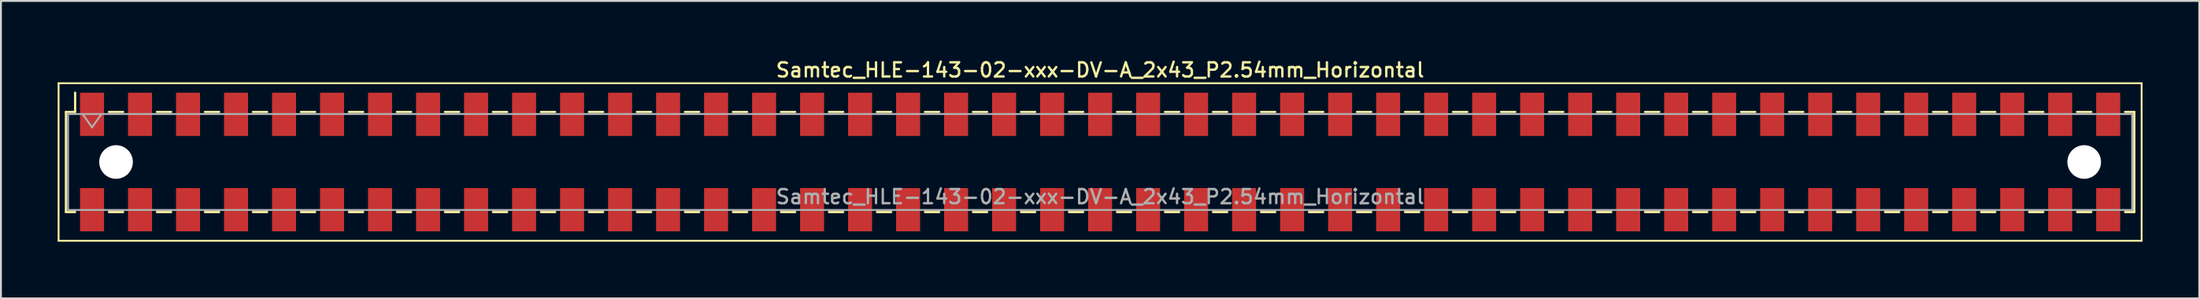
<source format=kicad_pcb>
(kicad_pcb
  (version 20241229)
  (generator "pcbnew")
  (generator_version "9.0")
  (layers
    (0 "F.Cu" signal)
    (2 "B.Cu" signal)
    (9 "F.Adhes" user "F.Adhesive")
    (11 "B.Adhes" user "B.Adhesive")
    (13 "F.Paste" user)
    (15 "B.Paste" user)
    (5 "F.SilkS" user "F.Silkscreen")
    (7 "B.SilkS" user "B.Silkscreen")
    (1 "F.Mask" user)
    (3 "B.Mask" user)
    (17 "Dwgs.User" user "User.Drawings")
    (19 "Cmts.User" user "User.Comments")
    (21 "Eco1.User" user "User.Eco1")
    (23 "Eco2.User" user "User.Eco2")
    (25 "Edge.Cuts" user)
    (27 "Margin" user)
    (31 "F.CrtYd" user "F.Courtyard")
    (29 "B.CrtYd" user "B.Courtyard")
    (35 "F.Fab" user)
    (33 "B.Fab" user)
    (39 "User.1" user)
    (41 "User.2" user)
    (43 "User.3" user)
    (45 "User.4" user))
  (footprint "Samtec_HLE-143-02-xxx-DV-A_2x43_P2.54mm_Horizontal"
    (layer "F.Cu")
    (at 55.16 5.528)
    (property "Reference" "Samtec_HLE-143-02-xxx-DV-A_2x43_P2.54mm_Horizontal" (at 0 -4.87 0) (layer "F.SilkS") (effects (font (size 0.75 0.75) (thickness 0.125))))
    (attr smd)
    (fp_line (start -55.11 -4.17) (end 55.11 -4.17) (stroke (width 0.1) (type solid)) (layer "F.SilkS"))
    (fp_line (start -55.11 4.17) (end -55.11 -4.17) (stroke (width 0.1) (type solid)) (layer "F.SilkS"))
    (fp_line (start -54.72 -2.65) (end -54.72 2.65) (stroke (width 0.12) (type solid)) (layer "F.SilkS"))
    (fp_line (start -54.72 2.65) (end -54.235 2.65) (stroke (width 0.12) (type solid)) (layer "F.SilkS"))
    (fp_line (start -54.235 -3.67) (end -54.235 -2.65) (stroke (width 0.12) (type solid)) (layer "F.SilkS"))
    (fp_line (start -54.235 -2.65) (end -54.72 -2.65) (stroke (width 0.12) (type solid)) (layer "F.SilkS"))
    (fp_line (start -52.445 -2.65) (end -51.695 -2.65) (stroke (width 0.12) (type solid)) (layer "F.SilkS"))
    (fp_line (start -52.445 2.65) (end -51.695 2.65) (stroke (width 0.12) (type solid)) (layer "F.SilkS"))
    (fp_line (start -49.905 -2.65) (end -49.155 -2.65) (stroke (width 0.12) (type solid)) (layer "F.SilkS"))
    (fp_line (start -49.905 2.65) (end -49.155 2.65) (stroke (width 0.12) (type solid)) (layer "F.SilkS"))
    (fp_line (start -47.365 -2.65) (end -46.615 -2.65) (stroke (width 0.12) (type solid)) (layer "F.SilkS"))
    (fp_line (start -47.365 2.65) (end -46.615 2.65) (stroke (width 0.12) (type solid)) (layer "F.SilkS"))
    (fp_line (start -44.825 -2.65) (end -44.075 -2.65) (stroke (width 0.12) (type solid)) (layer "F.SilkS"))
    (fp_line (start -44.825 2.65) (end -44.075 2.65) (stroke (width 0.12) (type solid)) (layer "F.SilkS"))
    (fp_line (start -42.285 -2.65) (end -41.535 -2.65) (stroke (width 0.12) (type solid)) (layer "F.SilkS"))
    (fp_line (start -42.285 2.65) (end -41.535 2.65) (stroke (width 0.12) (type solid)) (layer "F.SilkS"))
    (fp_line (start -39.745 -2.65) (end -38.995 -2.65) (stroke (width 0.12) (type solid)) (layer "F.SilkS"))
    (fp_line (start -39.745 2.65) (end -38.995 2.65) (stroke (width 0.12) (type solid)) (layer "F.SilkS"))
    (fp_line (start -37.205 -2.65) (end -36.455 -2.65) (stroke (width 0.12) (type solid)) (layer "F.SilkS"))
    (fp_line (start -37.205 2.65) (end -36.455 2.65) (stroke (width 0.12) (type solid)) (layer "F.SilkS"))
    (fp_line (start -34.665 -2.65) (end -33.915 -2.65) (stroke (width 0.12) (type solid)) (layer "F.SilkS"))
    (fp_line (start -34.665 2.65) (end -33.915 2.65) (stroke (width 0.12) (type solid)) (layer "F.SilkS"))
    (fp_line (start -32.125 -2.65) (end -31.375 -2.65) (stroke (width 0.12) (type solid)) (layer "F.SilkS"))
    (fp_line (start -32.125 2.65) (end -31.375 2.65) (stroke (width 0.12) (type solid)) (layer "F.SilkS"))
    (fp_line (start -29.585 -2.65) (end -28.835 -2.65) (stroke (width 0.12) (type solid)) (layer "F.SilkS"))
    (fp_line (start -29.585 2.65) (end -28.835 2.65) (stroke (width 0.12) (type solid)) (layer "F.SilkS"))
    (fp_line (start -27.045 -2.65) (end -26.295 -2.65) (stroke (width 0.12) (type solid)) (layer "F.SilkS"))
    (fp_line (start -27.045 2.65) (end -26.295 2.65) (stroke (width 0.12) (type solid)) (layer "F.SilkS"))
    (fp_line (start -24.505 -2.65) (end -23.755 -2.65) (stroke (width 0.12) (type solid)) (layer "F.SilkS"))
    (fp_line (start -24.505 2.65) (end -23.755 2.65) (stroke (width 0.12) (type solid)) (layer "F.SilkS"))
    (fp_line (start -21.965 -2.65) (end -21.215 -2.65) (stroke (width 0.12) (type solid)) (layer "F.SilkS"))
    (fp_line (start -21.965 2.65) (end -21.215 2.65) (stroke (width 0.12) (type solid)) (layer "F.SilkS"))
    (fp_line (start -19.425 -2.65) (end -18.675 -2.65) (stroke (width 0.12) (type solid)) (layer "F.SilkS"))
    (fp_line (start -19.425 2.65) (end -18.675 2.65) (stroke (width 0.12) (type solid)) (layer "F.SilkS"))
    (fp_line (start -16.885 -2.65) (end -16.135 -2.65) (stroke (width 0.12) (type solid)) (layer "F.SilkS"))
    (fp_line (start -16.885 2.65) (end -16.135 2.65) (stroke (width 0.12) (type solid)) (layer "F.SilkS"))
    (fp_line (start -14.345 -2.65) (end -13.595 -2.65) (stroke (width 0.12) (type solid)) (layer "F.SilkS"))
    (fp_line (start -14.345 2.65) (end -13.595 2.65) (stroke (width 0.12) (type solid)) (layer "F.SilkS"))
    (fp_line (start -11.805 -2.65) (end -11.055 -2.65) (stroke (width 0.12) (type solid)) (layer "F.SilkS"))
    (fp_line (start -11.805 2.65) (end -11.055 2.65) (stroke (width 0.12) (type solid)) (layer "F.SilkS"))
    (fp_line (start -9.265 -2.65) (end -8.515 -2.65) (stroke (width 0.12) (type solid)) (layer "F.SilkS"))
    (fp_line (start -9.265 2.65) (end -8.515 2.65) (stroke (width 0.12) (type solid)) (layer "F.SilkS"))
    (fp_line (start -6.725 -2.65) (end -5.975 -2.65) (stroke (width 0.12) (type solid)) (layer "F.SilkS"))
    (fp_line (start -6.725 2.65) (end -5.975 2.65) (stroke (width 0.12) (type solid)) (layer "F.SilkS"))
    (fp_line (start -4.185 -2.65) (end -3.435 -2.65) (stroke (width 0.12) (type solid)) (layer "F.SilkS"))
    (fp_line (start -4.185 2.65) (end -3.435 2.65) (stroke (width 0.12) (type solid)) (layer "F.SilkS"))
    (fp_line (start -1.645 -2.65) (end -0.895 -2.65) (stroke (width 0.12) (type solid)) (layer "F.SilkS"))
    (fp_line (start -1.645 2.65) (end -0.895 2.65) (stroke (width 0.12) (type solid)) (layer "F.SilkS"))
    (fp_line (start 0.895 -2.65) (end 1.645 -2.65) (stroke (width 0.12) (type solid)) (layer "F.SilkS"))
    (fp_line (start 0.895 2.65) (end 1.645 2.65) (stroke (width 0.12) (type solid)) (layer "F.SilkS"))
    (fp_line (start 3.435 -2.65) (end 4.185 -2.65) (stroke (width 0.12) (type solid)) (layer "F.SilkS"))
    (fp_line (start 3.435 2.65) (end 4.185 2.65) (stroke (width 0.12) (type solid)) (layer "F.SilkS"))
    (fp_line (start 5.975 -2.65) (end 6.725 -2.65) (stroke (width 0.12) (type solid)) (layer "F.SilkS"))
    (fp_line (start 5.975 2.65) (end 6.725 2.65) (stroke (width 0.12) (type solid)) (layer "F.SilkS"))
    (fp_line (start 8.515 -2.65) (end 9.265 -2.65) (stroke (width 0.12) (type solid)) (layer "F.SilkS"))
    (fp_line (start 8.515 2.65) (end 9.265 2.65) (stroke (width 0.12) (type solid)) (layer "F.SilkS"))
    (fp_line (start 11.055 -2.65) (end 11.805 -2.65) (stroke (width 0.12) (type solid)) (layer "F.SilkS"))
    (fp_line (start 11.055 2.65) (end 11.805 2.65) (stroke (width 0.12) (type solid)) (layer "F.SilkS"))
    (fp_line (start 13.595 -2.65) (end 14.345 -2.65) (stroke (width 0.12) (type solid)) (layer "F.SilkS"))
    (fp_line (start 13.595 2.65) (end 14.345 2.65) (stroke (width 0.12) (type solid)) (layer "F.SilkS"))
    (fp_line (start 16.135 -2.65) (end 16.885 -2.65) (stroke (width 0.12) (type solid)) (layer "F.SilkS"))
    (fp_line (start 16.135 2.65) (end 16.885 2.65) (stroke (width 0.12) (type solid)) (layer "F.SilkS"))
    (fp_line (start 18.675 -2.65) (end 19.425 -2.65) (stroke (width 0.12) (type solid)) (layer "F.SilkS"))
    (fp_line (start 18.675 2.65) (end 19.425 2.65) (stroke (width 0.12) (type solid)) (layer "F.SilkS"))
    (fp_line (start 21.215 -2.65) (end 21.965 -2.65) (stroke (width 0.12) (type solid)) (layer "F.SilkS"))
    (fp_line (start 21.215 2.65) (end 21.965 2.65) (stroke (width 0.12) (type solid)) (layer "F.SilkS"))
    (fp_line (start 23.755 -2.65) (end 24.505 -2.65) (stroke (width 0.12) (type solid)) (layer "F.SilkS"))
    (fp_line (start 23.755 2.65) (end 24.505 2.65) (stroke (width 0.12) (type solid)) (layer "F.SilkS"))
    (fp_line (start 26.295 -2.65) (end 27.045 -2.65) (stroke (width 0.12) (type solid)) (layer "F.SilkS"))
    (fp_line (start 26.295 2.65) (end 27.045 2.65) (stroke (width 0.12) (type solid)) (layer "F.SilkS"))
    (fp_line (start 28.835 -2.65) (end 29.585 -2.65) (stroke (width 0.12) (type solid)) (layer "F.SilkS"))
    (fp_line (start 28.835 2.65) (end 29.585 2.65) (stroke (width 0.12) (type solid)) (layer "F.SilkS"))
    (fp_line (start 31.375 -2.65) (end 32.125 -2.65) (stroke (width 0.12) (type solid)) (layer "F.SilkS"))
    (fp_line (start 31.375 2.65) (end 32.125 2.65) (stroke (width 0.12) (type solid)) (layer "F.SilkS"))
    (fp_line (start 33.915 -2.65) (end 34.665 -2.65) (stroke (width 0.12) (type solid)) (layer "F.SilkS"))
    (fp_line (start 33.915 2.65) (end 34.665 2.65) (stroke (width 0.12) (type solid)) (layer "F.SilkS"))
    (fp_line (start 36.455 -2.65) (end 37.205 -2.65) (stroke (width 0.12) (type solid)) (layer "F.SilkS"))
    (fp_line (start 36.455 2.65) (end 37.205 2.65) (stroke (width 0.12) (type solid)) (layer "F.SilkS"))
    (fp_line (start 38.995 -2.65) (end 39.745 -2.65) (stroke (width 0.12) (type solid)) (layer "F.SilkS"))
    (fp_line (start 38.995 2.65) (end 39.745 2.65) (stroke (width 0.12) (type solid)) (layer "F.SilkS"))
    (fp_line (start 41.535 -2.65) (end 42.285 -2.65) (stroke (width 0.12) (type solid)) (layer "F.SilkS"))
    (fp_line (start 41.535 2.65) (end 42.285 2.65) (stroke (width 0.12) (type solid)) (layer "F.SilkS"))
    (fp_line (start 44.075 -2.65) (end 44.825 -2.65) (stroke (width 0.12) (type solid)) (layer "F.SilkS"))
    (fp_line (start 44.075 2.65) (end 44.825 2.65) (stroke (width 0.12) (type solid)) (layer "F.SilkS"))
    (fp_line (start 46.615 -2.65) (end 47.365 -2.65) (stroke (width 0.12) (type solid)) (layer "F.SilkS"))
    (fp_line (start 46.615 2.65) (end 47.365 2.65) (stroke (width 0.12) (type solid)) (layer "F.SilkS"))
    (fp_line (start 49.155 -2.65) (end 49.905 -2.65) (stroke (width 0.12) (type solid)) (layer "F.SilkS"))
    (fp_line (start 49.155 2.65) (end 49.905 2.65) (stroke (width 0.12) (type solid)) (layer "F.SilkS"))
    (fp_line (start 51.695 -2.65) (end 52.445 -2.65) (stroke (width 0.12) (type solid)) (layer "F.SilkS"))
    (fp_line (start 51.695 2.65) (end 52.445 2.65) (stroke (width 0.12) (type solid)) (layer "F.SilkS"))
    (fp_line (start 54.235 -2.65) (end 54.72 -2.65) (stroke (width 0.12) (type solid)) (layer "F.SilkS"))
    (fp_line (start 54.72 -2.65) (end 54.72 2.65) (stroke (width 0.12) (type solid)) (layer "F.SilkS"))
    (fp_line (start 54.72 2.65) (end 54.235 2.65) (stroke (width 0.12) (type solid)) (layer "F.SilkS"))
    (fp_line (start 55.11 -4.17) (end 55.11 4.17) (stroke (width 0.1) (type solid)) (layer "F.SilkS"))
    (fp_line (start 55.11 4.17) (end -55.11 4.17) (stroke (width 0.1) (type solid)) (layer "F.SilkS"))
    (fp_line (start -54.61 -2.54) (end 54.61 -2.54) (stroke (width 0.1) (type solid)) (layer "F.Fab"))
    (fp_line (start -54.61 2.54) (end -54.61 -2.54) (stroke (width 0.1) (type solid)) (layer "F.Fab"))
    (fp_line (start -53.84 -2.54) (end -53.34 -1.833) (stroke (width 0.1) (type solid)) (layer "F.Fab"))
    (fp_line (start -53.34 -1.833) (end -52.84 -2.54) (stroke (width 0.1) (type solid)) (layer "F.Fab"))
    (fp_line (start 54.61 -2.54) (end 54.61 2.54) (stroke (width 0.1) (type solid)) (layer "F.Fab"))
    (fp_line (start 54.61 2.54) (end -54.61 2.54) (stroke (width 0.1) (type solid)) (layer "F.Fab"))
    (fp_text user "${REFERENCE}" (at 0 1.84 0) (layer "F.Fab") (effects (font (size 0.75 0.75) (thickness 0.125))))
    (pad "" np_thru_hole circle (at -52.07 0) (size 1.78 1.78) (drill 1.78) (layers "*.Cu" "*.Mask"))
    (pad "" np_thru_hole circle (at 52.07 0) (size 1.78 1.78) (drill 1.78) (layers "*.Cu" "*.Mask"))
    (pad "1" smd rect (at -53.34 -2.525) (size 1.27 2.29) (layers "F.Cu" "F.Mask" "F.Paste"))
    (pad "2" smd rect (at -53.34 2.525) (size 1.27 2.29) (layers "F.Cu" "F.Mask" "F.Paste"))
    (pad "3" smd rect (at -50.8 -2.525) (size 1.27 2.29) (layers "F.Cu" "F.Mask" "F.Paste"))
    (pad "4" smd rect (at -50.8 2.525) (size 1.27 2.29) (layers "F.Cu" "F.Mask" "F.Paste"))
    (pad "5" smd rect (at -48.26 -2.525) (size 1.27 2.29) (layers "F.Cu" "F.Mask" "F.Paste"))
    (pad "6" smd rect (at -48.26 2.525) (size 1.27 2.29) (layers "F.Cu" "F.Mask" "F.Paste"))
    (pad "7" smd rect (at -45.72 -2.525) (size 1.27 2.29) (layers "F.Cu" "F.Mask" "F.Paste"))
    (pad "8" smd rect (at -45.72 2.525) (size 1.27 2.29) (layers "F.Cu" "F.Mask" "F.Paste"))
    (pad "9" smd rect (at -43.18 -2.525) (size 1.27 2.29) (layers "F.Cu" "F.Mask" "F.Paste"))
    (pad "10" smd rect (at -43.18 2.525) (size 1.27 2.29) (layers "F.Cu" "F.Mask" "F.Paste"))
    (pad "11" smd rect (at -40.64 -2.525) (size 1.27 2.29) (layers "F.Cu" "F.Mask" "F.Paste"))
    (pad "12" smd rect (at -40.64 2.525) (size 1.27 2.29) (layers "F.Cu" "F.Mask" "F.Paste"))
    (pad "13" smd rect (at -38.1 -2.525) (size 1.27 2.29) (layers "F.Cu" "F.Mask" "F.Paste"))
    (pad "14" smd rect (at -38.1 2.525) (size 1.27 2.29) (layers "F.Cu" "F.Mask" "F.Paste"))
    (pad "15" smd rect (at -35.56 -2.525) (size 1.27 2.29) (layers "F.Cu" "F.Mask" "F.Paste"))
    (pad "16" smd rect (at -35.56 2.525) (size 1.27 2.29) (layers "F.Cu" "F.Mask" "F.Paste"))
    (pad "17" smd rect (at -33.02 -2.525) (size 1.27 2.29) (layers "F.Cu" "F.Mask" "F.Paste"))
    (pad "18" smd rect (at -33.02 2.525) (size 1.27 2.29) (layers "F.Cu" "F.Mask" "F.Paste"))
    (pad "19" smd rect (at -30.48 -2.525) (size 1.27 2.29) (layers "F.Cu" "F.Mask" "F.Paste"))
    (pad "20" smd rect (at -30.48 2.525) (size 1.27 2.29) (layers "F.Cu" "F.Mask" "F.Paste"))
    (pad "21" smd rect (at -27.94 -2.525) (size 1.27 2.29) (layers "F.Cu" "F.Mask" "F.Paste"))
    (pad "22" smd rect (at -27.94 2.525) (size 1.27 2.29) (layers "F.Cu" "F.Mask" "F.Paste"))
    (pad "23" smd rect (at -25.4 -2.525) (size 1.27 2.29) (layers "F.Cu" "F.Mask" "F.Paste"))
    (pad "24" smd rect (at -25.4 2.525) (size 1.27 2.29) (layers "F.Cu" "F.Mask" "F.Paste"))
    (pad "25" smd rect (at -22.86 -2.525) (size 1.27 2.29) (layers "F.Cu" "F.Mask" "F.Paste"))
    (pad "26" smd rect (at -22.86 2.525) (size 1.27 2.29) (layers "F.Cu" "F.Mask" "F.Paste"))
    (pad "27" smd rect (at -20.32 -2.525) (size 1.27 2.29) (layers "F.Cu" "F.Mask" "F.Paste"))
    (pad "28" smd rect (at -20.32 2.525) (size 1.27 2.29) (layers "F.Cu" "F.Mask" "F.Paste"))
    (pad "29" smd rect (at -17.78 -2.525) (size 1.27 2.29) (layers "F.Cu" "F.Mask" "F.Paste"))
    (pad "30" smd rect (at -17.78 2.525) (size 1.27 2.29) (layers "F.Cu" "F.Mask" "F.Paste"))
    (pad "31" smd rect (at -15.24 -2.525) (size 1.27 2.29) (layers "F.Cu" "F.Mask" "F.Paste"))
    (pad "32" smd rect (at -15.24 2.525) (size 1.27 2.29) (layers "F.Cu" "F.Mask" "F.Paste"))
    (pad "33" smd rect (at -12.7 -2.525) (size 1.27 2.29) (layers "F.Cu" "F.Mask" "F.Paste"))
    (pad "34" smd rect (at -12.7 2.525) (size 1.27 2.29) (layers "F.Cu" "F.Mask" "F.Paste"))
    (pad "35" smd rect (at -10.16 -2.525) (size 1.27 2.29) (layers "F.Cu" "F.Mask" "F.Paste"))
    (pad "36" smd rect (at -10.16 2.525) (size 1.27 2.29) (layers "F.Cu" "F.Mask" "F.Paste"))
    (pad "37" smd rect (at -7.62 -2.525) (size 1.27 2.29) (layers "F.Cu" "F.Mask" "F.Paste"))
    (pad "38" smd rect (at -7.62 2.525) (size 1.27 2.29) (layers "F.Cu" "F.Mask" "F.Paste"))
    (pad "39" smd rect (at -5.08 -2.525) (size 1.27 2.29) (layers "F.Cu" "F.Mask" "F.Paste"))
    (pad "40" smd rect (at -5.08 2.525) (size 1.27 2.29) (layers "F.Cu" "F.Mask" "F.Paste"))
    (pad "41" smd rect (at -2.54 -2.525) (size 1.27 2.29) (layers "F.Cu" "F.Mask" "F.Paste"))
    (pad "42" smd rect (at -2.54 2.525) (size 1.27 2.29) (layers "F.Cu" "F.Mask" "F.Paste"))
    (pad "43" smd rect (at 0 -2.525) (size 1.27 2.29) (layers "F.Cu" "F.Mask" "F.Paste"))
    (pad "44" smd rect (at 0 2.525) (size 1.27 2.29) (layers "F.Cu" "F.Mask" "F.Paste"))
    (pad "45" smd rect (at 2.54 -2.525) (size 1.27 2.29) (layers "F.Cu" "F.Mask" "F.Paste"))
    (pad "46" smd rect (at 2.54 2.525) (size 1.27 2.29) (layers "F.Cu" "F.Mask" "F.Paste"))
    (pad "47" smd rect (at 5.08 -2.525) (size 1.27 2.29) (layers "F.Cu" "F.Mask" "F.Paste"))
    (pad "48" smd rect (at 5.08 2.525) (size 1.27 2.29) (layers "F.Cu" "F.Mask" "F.Paste"))
    (pad "49" smd rect (at 7.62 -2.525) (size 1.27 2.29) (layers "F.Cu" "F.Mask" "F.Paste"))
    (pad "50" smd rect (at 7.62 2.525) (size 1.27 2.29) (layers "F.Cu" "F.Mask" "F.Paste"))
    (pad "51" smd rect (at 10.16 -2.525) (size 1.27 2.29) (layers "F.Cu" "F.Mask" "F.Paste"))
    (pad "52" smd rect (at 10.16 2.525) (size 1.27 2.29) (layers "F.Cu" "F.Mask" "F.Paste"))
    (pad "53" smd rect (at 12.7 -2.525) (size 1.27 2.29) (layers "F.Cu" "F.Mask" "F.Paste"))
    (pad "54" smd rect (at 12.7 2.525) (size 1.27 2.29) (layers "F.Cu" "F.Mask" "F.Paste"))
    (pad "55" smd rect (at 15.24 -2.525) (size 1.27 2.29) (layers "F.Cu" "F.Mask" "F.Paste"))
    (pad "56" smd rect (at 15.24 2.525) (size 1.27 2.29) (layers "F.Cu" "F.Mask" "F.Paste"))
    (pad "57" smd rect (at 17.78 -2.525) (size 1.27 2.29) (layers "F.Cu" "F.Mask" "F.Paste"))
    (pad "58" smd rect (at 17.78 2.525) (size 1.27 2.29) (layers "F.Cu" "F.Mask" "F.Paste"))
    (pad "59" smd rect (at 20.32 -2.525) (size 1.27 2.29) (layers "F.Cu" "F.Mask" "F.Paste"))
    (pad "60" smd rect (at 20.32 2.525) (size 1.27 2.29) (layers "F.Cu" "F.Mask" "F.Paste"))
    (pad "61" smd rect (at 22.86 -2.525) (size 1.27 2.29) (layers "F.Cu" "F.Mask" "F.Paste"))
    (pad "62" smd rect (at 22.86 2.525) (size 1.27 2.29) (layers "F.Cu" "F.Mask" "F.Paste"))
    (pad "63" smd rect (at 25.4 -2.525) (size 1.27 2.29) (layers "F.Cu" "F.Mask" "F.Paste"))
    (pad "64" smd rect (at 25.4 2.525) (size 1.27 2.29) (layers "F.Cu" "F.Mask" "F.Paste"))
    (pad "65" smd rect (at 27.94 -2.525) (size 1.27 2.29) (layers "F.Cu" "F.Mask" "F.Paste"))
    (pad "66" smd rect (at 27.94 2.525) (size 1.27 2.29) (layers "F.Cu" "F.Mask" "F.Paste"))
    (pad "67" smd rect (at 30.48 -2.525) (size 1.27 2.29) (layers "F.Cu" "F.Mask" "F.Paste"))
    (pad "68" smd rect (at 30.48 2.525) (size 1.27 2.29) (layers "F.Cu" "F.Mask" "F.Paste"))
    (pad "69" smd rect (at 33.02 -2.525) (size 1.27 2.29) (layers "F.Cu" "F.Mask" "F.Paste"))
    (pad "70" smd rect (at 33.02 2.525) (size 1.27 2.29) (layers "F.Cu" "F.Mask" "F.Paste"))
    (pad "71" smd rect (at 35.56 -2.525) (size 1.27 2.29) (layers "F.Cu" "F.Mask" "F.Paste"))
    (pad "72" smd rect (at 35.56 2.525) (size 1.27 2.29) (layers "F.Cu" "F.Mask" "F.Paste"))
    (pad "73" smd rect (at 38.1 -2.525) (size 1.27 2.29) (layers "F.Cu" "F.Mask" "F.Paste"))
    (pad "74" smd rect (at 38.1 2.525) (size 1.27 2.29) (layers "F.Cu" "F.Mask" "F.Paste"))
    (pad "75" smd rect (at 40.64 -2.525) (size 1.27 2.29) (layers "F.Cu" "F.Mask" "F.Paste"))
    (pad "76" smd rect (at 40.64 2.525) (size 1.27 2.29) (layers "F.Cu" "F.Mask" "F.Paste"))
    (pad "77" smd rect (at 43.18 -2.525) (size 1.27 2.29) (layers "F.Cu" "F.Mask" "F.Paste"))
    (pad "78" smd rect (at 43.18 2.525) (size 1.27 2.29) (layers "F.Cu" "F.Mask" "F.Paste"))
    (pad "79" smd rect (at 45.72 -2.525) (size 1.27 2.29) (layers "F.Cu" "F.Mask" "F.Paste"))
    (pad "80" smd rect (at 45.72 2.525) (size 1.27 2.29) (layers "F.Cu" "F.Mask" "F.Paste"))
    (pad "81" smd rect (at 48.26 -2.525) (size 1.27 2.29) (layers "F.Cu" "F.Mask" "F.Paste"))
    (pad "82" smd rect (at 48.26 2.525) (size 1.27 2.29) (layers "F.Cu" "F.Mask" "F.Paste"))
    (pad "83" smd rect (at 50.8 -2.525) (size 1.27 2.29) (layers "F.Cu" "F.Mask" "F.Paste"))
    (pad "84" smd rect (at 50.8 2.525) (size 1.27 2.29) (layers "F.Cu" "F.Mask" "F.Paste"))
    (pad "85" smd rect (at 53.34 -2.525) (size 1.27 2.29) (layers "F.Cu" "F.Mask" "F.Paste"))
    (pad "86" smd rect (at 53.34 2.525) (size 1.27 2.29) (layers "F.Cu" "F.Mask" "F.Paste")))
  (gr_rect
    (start -3 -3)
    (end 113.32 12.748)
    (stroke (width 0.1) (type default))
    (fill no)
    (layer "Edge.Cuts")))
</source>
